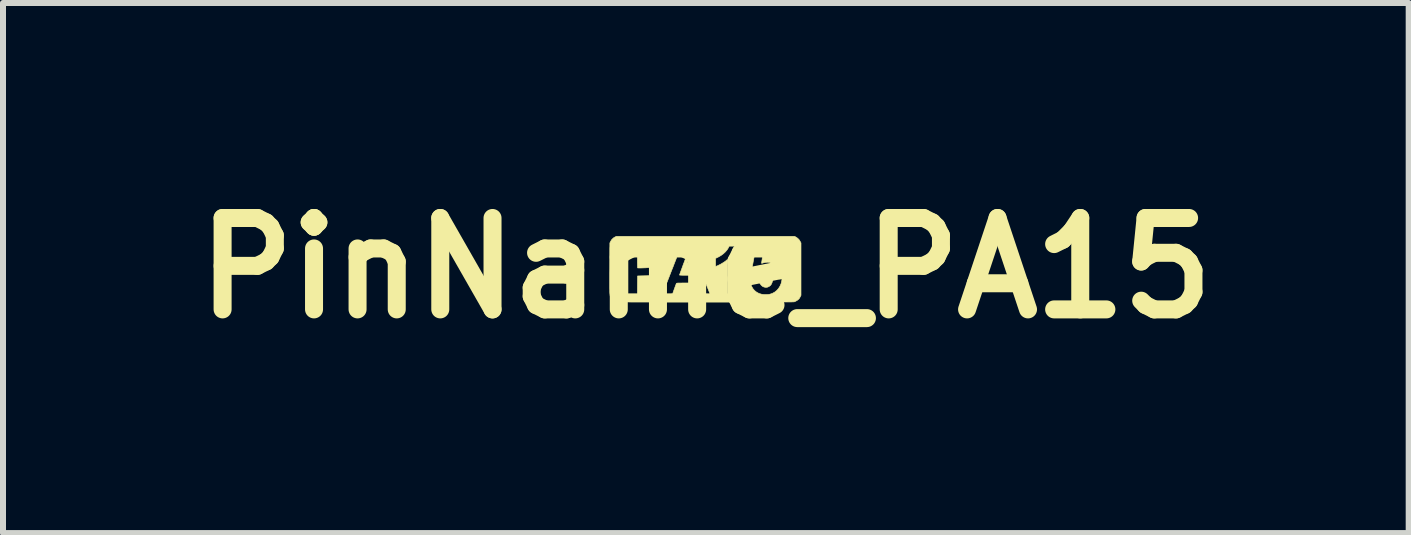
<source format=kicad_pcb>
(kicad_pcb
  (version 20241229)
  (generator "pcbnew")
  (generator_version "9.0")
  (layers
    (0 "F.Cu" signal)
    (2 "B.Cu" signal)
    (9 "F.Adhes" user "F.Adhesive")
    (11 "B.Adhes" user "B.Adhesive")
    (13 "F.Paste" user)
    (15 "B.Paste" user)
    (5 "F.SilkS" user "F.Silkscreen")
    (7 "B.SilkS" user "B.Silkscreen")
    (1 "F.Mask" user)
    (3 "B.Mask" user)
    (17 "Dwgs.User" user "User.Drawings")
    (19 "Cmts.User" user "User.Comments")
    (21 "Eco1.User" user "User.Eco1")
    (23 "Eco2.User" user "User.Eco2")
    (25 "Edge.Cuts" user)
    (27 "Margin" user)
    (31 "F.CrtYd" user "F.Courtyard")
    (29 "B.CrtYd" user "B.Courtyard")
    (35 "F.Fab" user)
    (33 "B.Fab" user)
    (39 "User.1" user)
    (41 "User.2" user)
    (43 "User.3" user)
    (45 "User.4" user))
  (footprint "PinName_PA15"
    (layer "F.Cu")
    (at 8.716 1.418)
    (property "Reference" "PinName_PA15" (at 0 0 0) (layer "F.SilkS") (effects (font (size 1.524 1.524) (thickness 0.3))))
    (attr through_hole)
    (fp_poly (pts (xy -1.024 -0.226) (xy -0.996 -0.225) (xy -0.972 -0.224) (xy -0.953 -0.223) (xy -0.942 -0.221) (xy -0.915 -0.211) (xy -0.89 -0.194) (xy -0.871 -0.171) (xy -0.868 -0.166) (xy -0.859 -0.141) (xy -0.857 -0.112) (xy -0.861 -0.084) (xy -0.868 -0.065) (xy -0.887 -0.041) (xy -0.911 -0.022) (xy -0.939 -0.01) (xy -0.943 -0.009) (xy -0.955 -0.007) (xy -0.974 -0.006) (xy -0.997 -0.004) (xy -1.022 -0.003) (xy -1.049 -0.002) (xy -1.075 -0.001) (xy -1.098 -0.000494) (xy -1.117 -0.001) (xy -1.131 -0.001) (xy -1.137 -0.002) (xy -1.137 -0.003) (xy -1.138 -0.008) (xy -1.139 -0.021) (xy -1.14 -0.041) (xy -1.14 -0.067) (xy -1.141 -0.096) (xy -1.141 -0.116) (xy -1.141 -0.226) (xy -1.053 -0.226) (xy -1.024 -0.226)) (stroke (width 0.01) (type solid)) (fill yes) (layer "F.SilkS"))
    (fp_poly (pts (xy -0.331 -0.167) (xy -0.326 -0.155) (xy -0.319 -0.137) (xy -0.31 -0.115) (xy -0.3 -0.088) (xy -0.289 -0.059) (xy -0.277 -0.029) (xy -0.266 0.001) (xy -0.255 0.031) (xy -0.246 0.057) (xy -0.237 0.08) (xy -0.231 0.098) (xy -0.227 0.11) (xy -0.226 0.114) (xy -0.228 0.116) (xy -0.235 0.118) (xy -0.248 0.119) (xy -0.267 0.12) (xy -0.293 0.12) (xy -0.328 0.12) (xy -0.333 0.12) (xy -0.363 0.12) (xy -0.39 0.12) (xy -0.412 0.119) (xy -0.428 0.118) (xy -0.437 0.117) (xy -0.439 0.117) (xy -0.437 0.111) (xy -0.433 0.098) (xy -0.426 0.079) (xy -0.418 0.056) (xy -0.408 0.029) (xy -0.397 -0.001) (xy -0.386 -0.031) (xy -0.375 -0.062) (xy -0.364 -0.09) (xy -0.354 -0.117) (xy -0.346 -0.139) (xy -0.339 -0.156) (xy -0.335 -0.167) (xy -0.333 -0.171) (xy -0.331 -0.167)) (stroke (width 0.01) (type solid)) (fill yes) (layer "F.SilkS"))
    (fp_poly (pts (xy 1.502 -0.516) (xy 1.531 -0.496) (xy 1.557 -0.469) (xy 1.573 -0.442) (xy 1.586 -0.418) (xy 1.586 0.455) (xy 1.575 0.477) (xy 1.566 0.493) (xy 1.557 0.508) (xy 1.552 0.514) (xy 1.537 0.528) (xy 1.516 0.543) (xy 1.493 0.555) (xy 1.475 0.563) (xy 1.471 0.563) (xy 1.463 0.564) (xy 1.45 0.564) (xy 1.432 0.565) (xy 1.41 0.565) (xy 1.382 0.565) (xy 1.349 0.566) (xy 1.31 0.566) (xy 1.265 0.566) (xy 1.214 0.567) (xy 1.156 0.567) (xy 1.092 0.567) (xy 1.022 0.567) (xy 0.944 0.567) (xy 0.858 0.567) (xy 0.766 0.568) (xy 0.665 0.568) (xy 0.557 0.568) (xy 0.44 0.568) (xy 0.315 0.568) (xy 0.181 0.568) (xy 0.038 0.568) (xy -0.012 0.568) (xy -0.15 0.568) (xy -0.279 0.568) (xy -0.4 0.568) (xy -0.512 0.568) (xy -0.616 0.568) (xy -0.713 0.568) (xy -0.802 0.568) (xy -0.884 0.567) (xy -0.959 0.567) (xy -1.028 0.567) (xy -1.09 0.567) (xy -1.147 0.567) (xy -1.198 0.567) (xy -1.243 0.567) (xy -1.284 0.566) (xy -1.32 0.566) (xy -1.352 0.566) (xy -1.379 0.566) (xy -1.403 0.565) (xy -1.423 0.565) (xy -1.44 0.565) (xy -1.455 0.564) (xy -1.466 0.564) (xy -1.476 0.563) (xy -1.483 0.562) (xy -1.489 0.562) (xy -1.494 0.561) (xy -1.497 0.56) (xy -1.5 0.56) (xy -1.502 0.559) (xy -1.503 0.559) (xy -1.537 0.542) (xy -1.563 0.52) (xy -1.575 0.505) (xy -1.579 0.498) (xy -1.583 0.491) (xy -1.587 0.485) (xy -1.59 0.479) (xy -1.593 0.471) (xy -1.595 0.462) (xy -1.597 0.45) (xy -1.598 0.436) (xy -1.599 0.429) (xy -1.298 0.429) (xy -1.141 0.429) (xy -1.141 0.427) (xy -0.72 0.427) (xy -0.716 0.428) (xy -0.704 0.428) (xy -0.685 0.429) (xy -0.662 0.429) (xy -0.638 0.429) (xy -0.608 0.429) (xy -0.586 0.429) (xy -0.571 0.428) (xy -0.561 0.427) (xy -0.556 0.426) (xy -0.553 0.423) (xy -0.552 0.421) (xy -0.549 0.415) (xy -0.544 0.401) (xy -0.537 0.381) (xy -0.529 0.358) (xy -0.522 0.339) (xy -0.513 0.314) (xy -0.505 0.292) (xy -0.498 0.274) (xy -0.493 0.262) (xy -0.492 0.257) (xy -0.49 0.255) (xy -0.487 0.254) (xy -0.482 0.252) (xy -0.473 0.251) (xy -0.46 0.25) (xy -0.442 0.25) (xy -0.417 0.25) (xy -0.385 0.249) (xy -0.346 0.249) (xy -0.33 0.249) (xy -0.172 0.249) (xy -0.104 0.427) (xy -0.017 0.428) (xy 0.069 0.43) (xy 0.063 0.415) (xy 0.061 0.408) (xy 0.055 0.394) (xy 0.046 0.372) (xy 0.035 0.344) (xy 0.021 0.309) (xy 0.005 0.27) (xy -0.013 0.225) (xy -0.032 0.177) (xy -0.053 0.125) (xy -0.075 0.07) (xy -0.095 0.02) (xy -0.167 -0.161) (xy 0.162 -0.161) (xy 0.162 -0.027) (xy 0.172 -0.03) (xy 0.192 -0.037) (xy 0.216 -0.049) (xy 0.243 -0.062) (xy 0.27 -0.078) (xy 0.296 -0.094) (xy 0.319 -0.109) (xy 0.336 -0.122) (xy 0.344 -0.13) (xy 0.352 -0.136) (xy 0.356 -0.139) (xy 0.357 -0.134) (xy 0.358 -0.121) (xy 0.358 -0.101) (xy 0.359 -0.073) (xy 0.359 -0.04) (xy 0.36 -0.001) (xy 0.36 0.043) (xy 0.36 0.09) (xy 0.36 0.14) (xy 0.36 0.145) (xy 0.36 0.429) (xy 0.508 0.429) (xy 0.508 0.228) (xy 0.74 0.228) (xy 0.741 0.233) (xy 0.743 0.244) (xy 0.746 0.258) (xy 0.761 0.301) (xy 0.783 0.341) (xy 0.812 0.375) (xy 0.847 0.403) (xy 0.887 0.424) (xy 0.931 0.437) (xy 0.939 0.438) (xy 0.973 0.442) (xy 1.01 0.442) (xy 1.046 0.44) (xy 1.064 0.437) (xy 1.108 0.423) (xy 1.148 0.401) (xy 1.183 0.373) (xy 1.213 0.339) (xy 1.237 0.3) (xy 1.255 0.257) (xy 1.266 0.211) (xy 1.27 0.162) (xy 1.266 0.112) (xy 1.263 0.096) (xy 1.249 0.051) (xy 1.228 0.011) (xy 1.2 -0.024) (xy 1.167 -0.054) (xy 1.129 -0.077) (xy 1.1 -0.088) (xy 1.063 -0.095) (xy 1.024 -0.097) (xy 0.985 -0.093) (xy 0.959 -0.086) (xy 0.943 -0.081) (xy 0.932 -0.079) (xy 0.928 -0.08) (xy 0.929 -0.087) (xy 0.931 -0.1) (xy 0.934 -0.119) (xy 0.938 -0.141) (xy 0.938 -0.147) (xy 0.949 -0.208) (xy 1.091 -0.208) (xy 1.233 -0.208) (xy 1.233 -0.351) (xy 1.034 -0.351) (xy 0.993 -0.351) (xy 0.954 -0.351) (xy 0.919 -0.351) (xy 0.889 -0.351) (xy 0.865 -0.35) (xy 0.847 -0.35) (xy 0.838 -0.35) (xy 0.836 -0.35) (xy 0.835 -0.345) (xy 0.833 -0.332) (xy 0.829 -0.312) (xy 0.824 -0.286) (xy 0.818 -0.254) (xy 0.811 -0.218) (xy 0.803 -0.178) (xy 0.797 -0.145) (xy 0.789 -0.103) (xy 0.782 -0.064) (xy 0.775 -0.029) (xy 0.77 0.002) (xy 0.765 0.027) (xy 0.762 0.046) (xy 0.76 0.057) (xy 0.76 0.06) (xy 0.765 0.061) (xy 0.778 0.063) (xy 0.795 0.066) (xy 0.817 0.07) (xy 0.82 0.07) (xy 0.878 0.078) (xy 0.9 0.061) (xy 0.922 0.044) (xy 0.943 0.033) (xy 0.964 0.027) (xy 0.987 0.024) (xy 1.016 0.024) (xy 1.039 0.029) (xy 1.059 0.039) (xy 1.072 0.05) (xy 1.09 0.069) (xy 1.102 0.091) (xy 1.11 0.117) (xy 1.113 0.134) (xy 1.116 0.172) (xy 1.113 0.209) (xy 1.104 0.242) (xy 1.091 0.271) (xy 1.076 0.291) (xy 1.051 0.309) (xy 1.024 0.32) (xy 0.997 0.322) (xy 0.97 0.317) (xy 0.944 0.305) (xy 0.922 0.285) (xy 0.903 0.259) (xy 0.9 0.252) (xy 0.895 0.238) (xy 0.892 0.225) (xy 0.891 0.223) (xy 0.89 0.215) (xy 0.888 0.212) (xy 0.882 0.213) (xy 0.869 0.214) (xy 0.851 0.216) (xy 0.83 0.218) (xy 0.807 0.221) (xy 0.785 0.223) (xy 0.766 0.225) (xy 0.751 0.227) (xy 0.742 0.228) (xy 0.74 0.228) (xy 0.508 0.228) (xy 0.508 -0.365) (xy 0.389 -0.365) (xy 0.375 -0.336) (xy 0.354 -0.303) (xy 0.326 -0.27) (xy 0.292 -0.238) (xy 0.252 -0.209) (xy 0.209 -0.184) (xy 0.2 -0.18) (xy 0.162 -0.161) (xy -0.167 -0.161) (xy -0.247 -0.36) (xy -0.331 -0.36) (xy -0.363 -0.36) (xy -0.386 -0.359) (xy -0.403 -0.358) (xy -0.412 -0.357) (xy -0.417 -0.355) (xy -0.417 -0.354) (xy -0.424 -0.337) (xy -0.433 -0.313) (xy -0.445 -0.284) (xy -0.458 -0.249) (xy -0.474 -0.209) (xy -0.49 -0.166) (xy -0.508 -0.12) (xy -0.527 -0.072) (xy -0.546 -0.022) (xy -0.566 0.028) (xy -0.586 0.079) (xy -0.605 0.128) (xy -0.624 0.177) (xy -0.642 0.223) (xy -0.659 0.266) (xy -0.674 0.306) (xy -0.688 0.341) (xy -0.699 0.372) (xy -0.709 0.396) (xy -0.716 0.414) (xy -0.72 0.424) (xy -0.72 0.427) (xy -1.141 0.427) (xy -1.14 0.281) (xy -1.138 0.132) (xy -1.014 0.129) (xy -0.971 0.128) (xy -0.935 0.126) (xy -0.907 0.124) (xy -0.884 0.122) (xy -0.865 0.119) (xy -0.848 0.114) (xy -0.833 0.109) (xy -0.819 0.102) (xy -0.811 0.098) (xy -0.788 0.083) (xy -0.764 0.062) (xy -0.742 0.038) (xy -0.725 0.014) (xy -0.719 0.003) (xy -0.703 -0.039) (xy -0.695 -0.085) (xy -0.693 -0.132) (xy -0.699 -0.179) (xy -0.712 -0.222) (xy -0.719 -0.238) (xy -0.735 -0.264) (xy -0.757 -0.29) (xy -0.781 -0.313) (xy -0.806 -0.329) (xy -0.808 -0.33) (xy -0.82 -0.336) (xy -0.831 -0.341) (xy -0.842 -0.345) (xy -0.855 -0.349) (xy -0.869 -0.351) (xy -0.887 -0.353) (xy -0.908 -0.355) (xy -0.934 -0.356) (xy -0.966 -0.357) (xy -1.004 -0.358) (xy -1.05 -0.358) (xy -1.091 -0.359) (xy -1.298 -0.361) (xy -1.298 0.429) (xy -1.599 0.429) (xy -1.6 0.418) (xy -1.601 0.396) (xy -1.601 0.369) (xy -1.602 0.338) (xy -1.602 0.3) (xy -1.602 0.257) (xy -1.602 0.206) (xy -1.602 0.148) (xy -1.602 0.081) (xy -1.601 0.011) (xy -1.6 -0.418) (xy -1.588 -0.443) (xy -1.568 -0.475) (xy -1.541 -0.501) (xy -1.515 -0.517) (xy -1.489 -0.529) (xy 1.476 -0.529) (xy 1.502 -0.516)) (stroke (width 0.01) (type solid)) (fill yes) (layer "F.SilkS")))
  (gr_rect
    (start -3 -3)
    (end 20.432 5.836)
    (stroke (width 0.1) (type default))
    (fill no)
    (layer "Edge.Cuts")))
</source>
